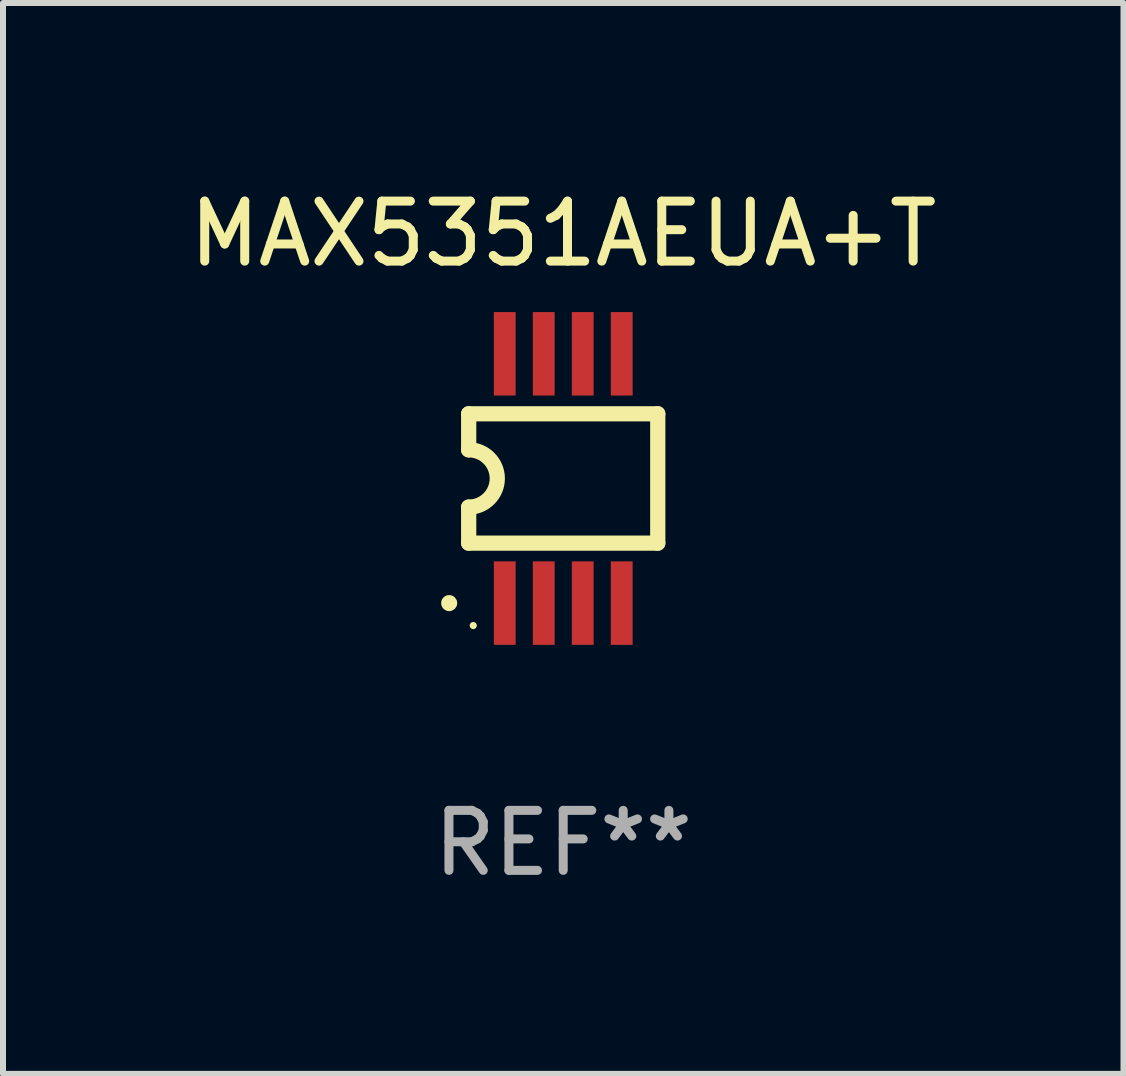
<source format=kicad_pcb>
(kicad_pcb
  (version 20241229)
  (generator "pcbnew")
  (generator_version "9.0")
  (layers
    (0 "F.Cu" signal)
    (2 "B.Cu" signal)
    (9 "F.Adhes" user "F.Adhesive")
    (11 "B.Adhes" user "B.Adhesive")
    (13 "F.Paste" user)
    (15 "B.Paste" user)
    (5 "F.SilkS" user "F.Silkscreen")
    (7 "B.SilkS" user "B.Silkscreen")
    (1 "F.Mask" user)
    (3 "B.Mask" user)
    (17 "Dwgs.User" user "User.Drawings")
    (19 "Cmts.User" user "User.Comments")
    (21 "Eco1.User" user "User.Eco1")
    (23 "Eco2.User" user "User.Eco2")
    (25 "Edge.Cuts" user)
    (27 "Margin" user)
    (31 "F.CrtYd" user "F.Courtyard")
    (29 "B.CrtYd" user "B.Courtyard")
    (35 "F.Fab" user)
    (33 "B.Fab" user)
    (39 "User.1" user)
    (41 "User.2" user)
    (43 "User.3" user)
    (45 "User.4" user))
  (footprint "MAX5351AEUA+T"
    (layer "F.Cu")
    (at 6.339 4.926)
    (property "Reference" "MAX5351AEUA+T" (at 0 -4.078 0) (layer "F.SilkS") (effects (font (size 1 1) (thickness 0.15))))
    (attr through_hole)
    (fp_line (start -1.576 -1.078) (end -1.576 -0.478) (stroke (width 0.254) (type solid)) (layer "F.SilkS"))
    (fp_line (start -1.576 -1.078) (end 1.576 -1.078) (stroke (width 0.254) (type solid)) (layer "F.SilkS"))
    (fp_line (start -1.576 1.078) (end -1.576 0.478) (stroke (width 0.254) (type solid)) (layer "F.SilkS"))
    (fp_line (start 1.576 -1.078) (end 1.576 1.078) (stroke (width 0.254) (type solid)) (layer "F.SilkS"))
    (fp_line (start 1.576 1.078) (end -1.576 1.078) (stroke (width 0.254) (type solid)) (layer "F.SilkS"))
    (fp_arc (start -1.577343 -0.47752) (mid -1.099721 -0.000481) (end -1.5762 0.477699) (stroke (width 0.254001) (type solid)) (layer "F.SilkS"))
    (fp_circle (center -1.901 2.078) (end -1.834 2.078) (stroke (width 0.134) (type solid)) (fill no) (layer "F.SilkS"))
    (fp_circle (center -1.5 2.452) (end -1.47 2.452) (stroke (width 0.06) (type solid)) (fill no) (layer "F.SilkS"))
    (fp_text user "REF**" (at 0 6.078 0) (layer "F.Fab") (effects (font (size 1 1) (thickness 0.15))))
    (pad "1" smd rect (at -0.975 2.078) (size 0.364 1.391) (layers "F.Cu" "F.Mask" "F.Paste"))
    (pad "2" smd rect (at -0.325 2.078) (size 0.364 1.391) (layers "F.Cu" "F.Mask" "F.Paste"))
    (pad "3" smd rect (at 0.325 2.078) (size 0.364 1.391) (layers "F.Cu" "F.Mask" "F.Paste"))
    (pad "4" smd rect (at 0.975 2.078) (size 0.364 1.391) (layers "F.Cu" "F.Mask" "F.Paste"))
    (pad "5" smd rect (at 0.975 -2.078) (size 0.364 1.391) (layers "F.Cu" "F.Mask" "F.Paste"))
    (pad "6" smd rect (at 0.325 -2.078) (size 0.364 1.391) (layers "F.Cu" "F.Mask" "F.Paste"))
    (pad "7" smd rect (at -0.325 -2.078) (size 0.364 1.391) (layers "F.Cu" "F.Mask" "F.Paste"))
    (pad "8" smd rect (at -0.975 -2.078) (size 0.364 1.391) (layers "F.Cu" "F.Mask" "F.Paste")))
  (gr_rect
    (start -3 -3)
    (end 15.679 14.852)
    (stroke (width 0.1) (type default))
    (fill no)
    (layer "Edge.Cuts")))
</source>
